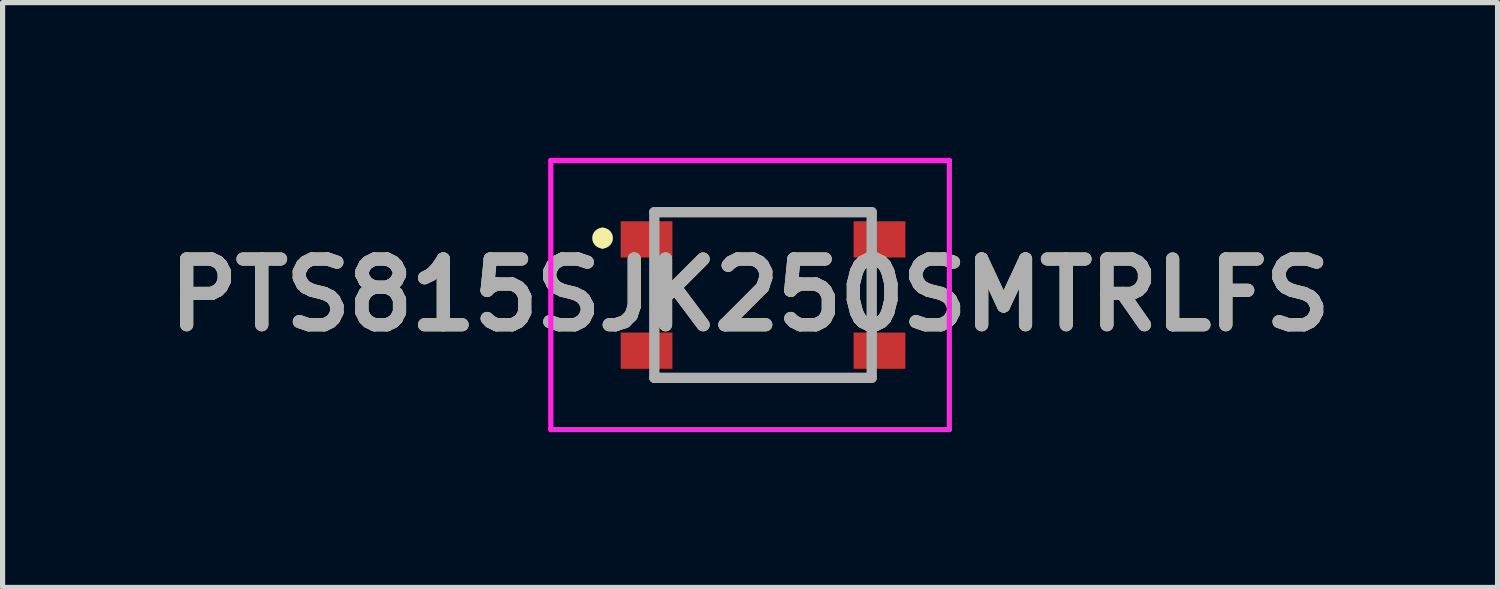
<source format=kicad_pcb>
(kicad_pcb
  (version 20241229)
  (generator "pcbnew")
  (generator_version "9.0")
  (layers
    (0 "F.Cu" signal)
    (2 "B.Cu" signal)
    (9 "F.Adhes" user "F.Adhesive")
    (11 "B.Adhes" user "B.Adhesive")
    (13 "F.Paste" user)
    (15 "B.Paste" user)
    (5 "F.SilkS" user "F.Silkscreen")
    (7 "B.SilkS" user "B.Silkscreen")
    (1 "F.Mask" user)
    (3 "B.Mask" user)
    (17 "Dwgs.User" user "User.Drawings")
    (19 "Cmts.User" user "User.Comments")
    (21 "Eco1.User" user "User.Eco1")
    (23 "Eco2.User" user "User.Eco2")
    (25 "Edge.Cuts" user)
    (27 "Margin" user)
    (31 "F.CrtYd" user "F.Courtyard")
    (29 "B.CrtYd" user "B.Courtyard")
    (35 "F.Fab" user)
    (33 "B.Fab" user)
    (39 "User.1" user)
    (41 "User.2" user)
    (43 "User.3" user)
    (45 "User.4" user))
  (footprint "PTS815SJK250SMTRLFS"
    (layer "F.Cu")
    (at 11.692 2.65)
    (property "Reference" "PTS815SJK250SMTRLFS" (at -0.25 0 0) (layer "F.SilkS") (effects (font (size 1.27 1.27) (thickness 0.254))))
    (attr smd)
    (fp_line (start -3.1 -1.2) (end -3.1 -1.2) (stroke (width 0.2) (type solid)) (layer "F.SilkS"))
    (fp_line (start -3.1 -1) (end -3.1 -1) (stroke (width 0.2) (type solid)) (layer "F.SilkS"))
    (fp_line (start -2.1 -1.6) (end 2.075 -1.6) (stroke (width 0.1) (type solid)) (layer "F.SilkS"))
    (fp_line (start -2.1 1.6) (end 2.075 1.6) (stroke (width 0.1) (type solid)) (layer "F.SilkS"))
    (fp_arc (start -3.1 -1.2) (mid -3 -1.1) (end -3.1 -1) (stroke (width 0.2) (type solid)) (layer "F.SilkS"))
    (fp_arc (start -3.1 -1) (mid -3.2 -1.1) (end -3.1 -1.2) (stroke (width 0.2) (type solid)) (layer "F.SilkS"))
    (fp_line (start -4.1 -2.6) (end 3.6 -2.6) (stroke (width 0.1) (type solid)) (layer "F.CrtYd"))
    (fp_line (start -4.1 2.6) (end -4.1 -2.6) (stroke (width 0.1) (type solid)) (layer "F.CrtYd"))
    (fp_line (start 3.6 -2.6) (end 3.6 2.6) (stroke (width 0.1) (type solid)) (layer "F.CrtYd"))
    (fp_line (start 3.6 2.6) (end -4.1 2.6) (stroke (width 0.1) (type solid)) (layer "F.CrtYd"))
    (fp_line (start -2.1 -1.6) (end 2.1 -1.6) (stroke (width 0.2) (type solid)) (layer "F.Fab"))
    (fp_line (start -2.1 1.6) (end -2.1 -1.6) (stroke (width 0.2) (type solid)) (layer "F.Fab"))
    (fp_line (start 2.1 -1.6) (end 2.1 1.6) (stroke (width 0.2) (type solid)) (layer "F.Fab"))
    (fp_line (start 2.1 1.6) (end -2.1 1.6) (stroke (width 0.2) (type solid)) (layer "F.Fab"))
    (fp_text user "${REFERENCE}" (at -0.25 0 0) (layer "F.Fab") (effects (font (size 1.27 1.27) (thickness 0.254))))
    (pad "1" smd rect (at -2.25 -1.075 90) (size 0.7 1) (layers "F.Cu" "F.Mask" "F.Paste"))
    (pad "2" smd rect (at 2.25 -1.075 90) (size 0.7 1) (layers "F.Cu" "F.Mask" "F.Paste"))
    (pad "3" smd rect (at -2.25 1.075 90) (size 0.7 1) (layers "F.Cu" "F.Mask" "F.Paste"))
    (pad "4" smd rect (at 2.25 1.075 90) (size 0.7 1) (layers "F.Cu" "F.Mask" "F.Paste")))
  (gr_rect
    (start -3 -3)
    (end 25.884 8.3)
    (stroke (width 0.1) (type default))
    (fill no)
    (layer "Edge.Cuts")))
</source>
